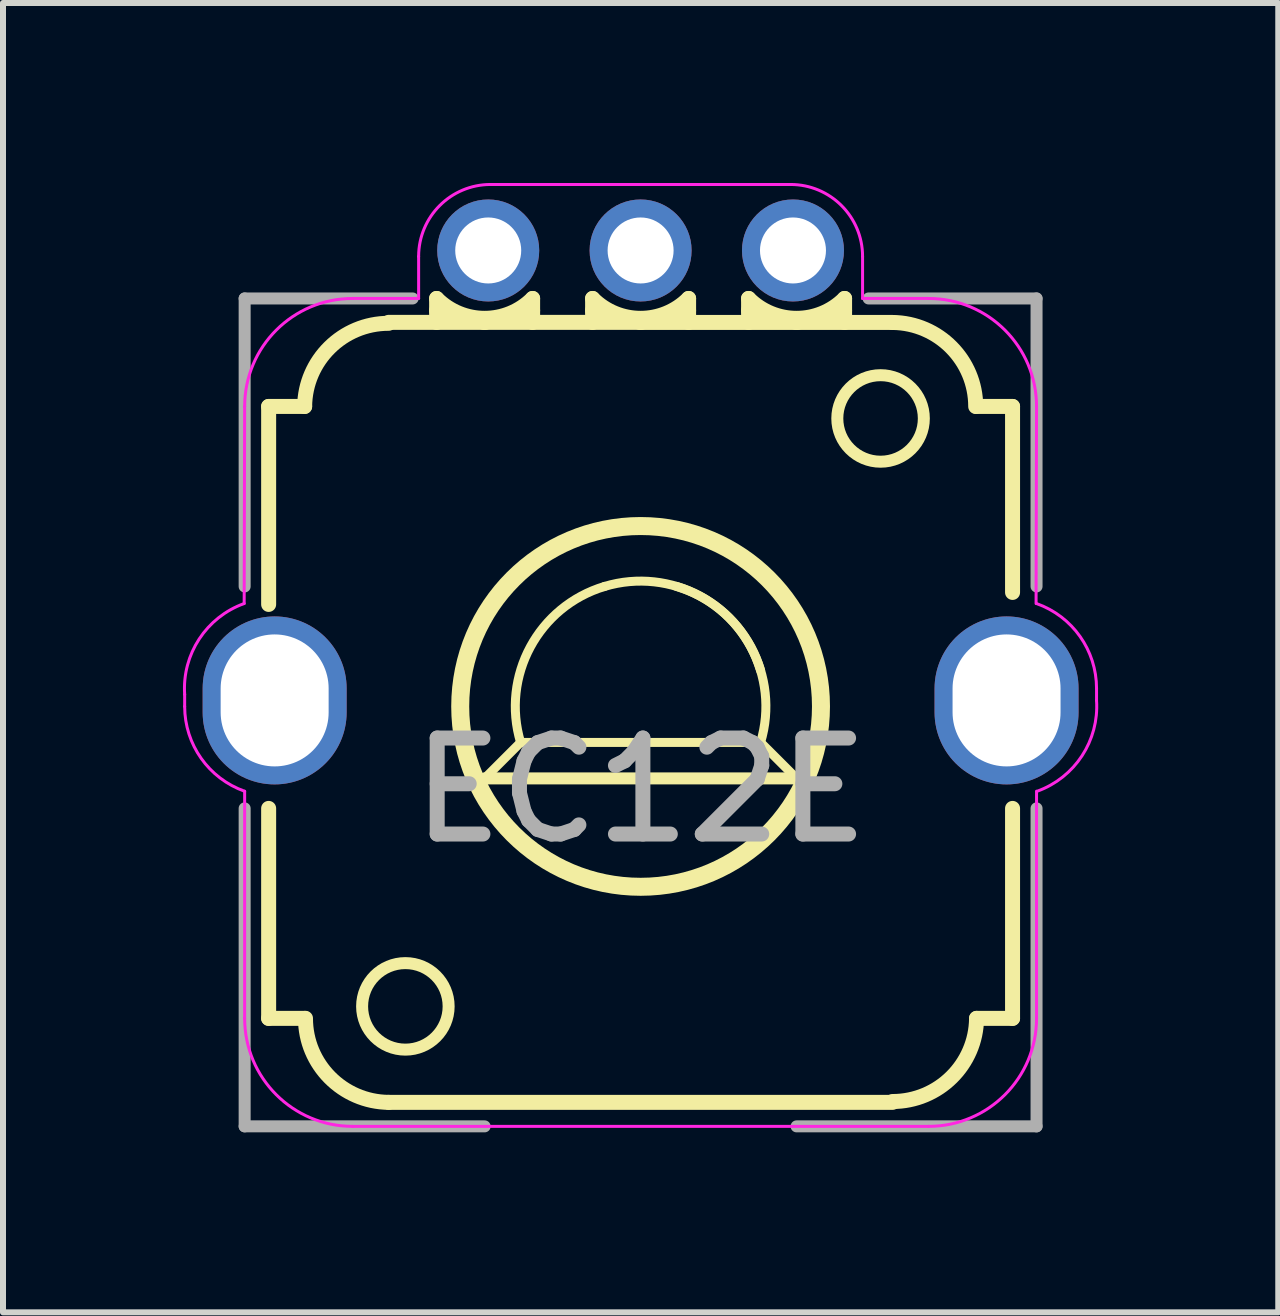
<source format=kicad_pcb>
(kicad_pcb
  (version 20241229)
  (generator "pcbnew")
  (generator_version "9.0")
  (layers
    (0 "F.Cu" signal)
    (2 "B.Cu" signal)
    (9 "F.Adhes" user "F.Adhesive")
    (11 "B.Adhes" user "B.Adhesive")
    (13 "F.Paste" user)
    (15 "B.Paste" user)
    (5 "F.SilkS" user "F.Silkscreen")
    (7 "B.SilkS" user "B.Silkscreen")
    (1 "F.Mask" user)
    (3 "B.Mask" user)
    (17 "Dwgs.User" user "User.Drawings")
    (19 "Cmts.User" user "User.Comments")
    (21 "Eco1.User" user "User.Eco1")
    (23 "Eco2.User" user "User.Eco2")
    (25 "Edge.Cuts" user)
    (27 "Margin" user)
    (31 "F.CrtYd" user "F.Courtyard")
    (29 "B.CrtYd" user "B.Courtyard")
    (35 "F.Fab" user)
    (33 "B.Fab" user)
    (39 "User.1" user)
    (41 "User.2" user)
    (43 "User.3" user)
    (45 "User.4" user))
  (footprint "EC12E"
    (layer "F.Cu")
    (at 7.628 1.125)
    (property "Reference" "EC12E" (at 0 9 0) (layer "F.Fab") (effects (font (size 1.6 1.6) (thickness 0.25))))
    (attr through_hole)
    (fp_line (start -6.2 2.6) (end -6.2 5.9) (stroke (width 0.25) (type solid)) (layer "F.SilkS"))
    (fp_line (start -6.2 2.6) (end -5.6 2.6) (stroke (width 0.25) (type solid)) (layer "F.SilkS"))
    (fp_line (start -6.2 12.8) (end -6.2 9.3) (stroke (width 0.25) (type solid)) (layer "F.SilkS"))
    (fp_line (start -6.2 12.8) (end -5.6 12.8) (stroke (width 0.25) (type solid)) (layer "F.SilkS"))
    (fp_line (start -4.2 14.2) (end 4.2 14.2) (stroke (width 0.25) (type solid)) (layer "F.SilkS"))
    (fp_line (start -4.199 1.198) (end 4.2 1.2) (stroke (width 0.25) (type solid)) (layer "F.SilkS"))
    (fp_line (start -3.4 1) (end -2.6 1.2) (stroke (width 0.25) (type solid)) (layer "F.SilkS"))
    (fp_line (start -3.4 1.2) (end -3.4 0.8) (stroke (width 0.25) (type solid)) (layer "F.SilkS"))
    (fp_line (start -2.6 1.2) (end -1.8 1) (stroke (width 0.25) (type solid)) (layer "F.SilkS"))
    (fp_line (start -2.6 8.8) (end -2 8.2) (stroke (width 0.15) (type solid)) (layer "F.SilkS"))
    (fp_line (start -2.6 8.8) (end 2.6 8.8) (stroke (width 0.2) (type solid)) (layer "F.SilkS"))
    (fp_line (start -1.8 1.2) (end -1.8 0.8) (stroke (width 0.25) (type solid)) (layer "F.SilkS"))
    (fp_line (start -0.8 1) (end 0 1.2) (stroke (width 0.25) (type solid)) (layer "F.SilkS"))
    (fp_line (start -0.8 1.2) (end -0.8 0.8) (stroke (width 0.25) (type solid)) (layer "F.SilkS"))
    (fp_line (start 0 1.2) (end 0.8 1) (stroke (width 0.25) (type solid)) (layer "F.SilkS"))
    (fp_line (start 0.8 1.2) (end 0.8 0.8) (stroke (width 0.25) (type solid)) (layer "F.SilkS"))
    (fp_line (start 1.8 1) (end 2.6 1.2) (stroke (width 0.25) (type solid)) (layer "F.SilkS"))
    (fp_line (start 1.8 1.2) (end 1.8 0.8) (stroke (width 0.25) (type solid)) (layer "F.SilkS"))
    (fp_line (start 2 8.2) (end -2 8.2) (stroke (width 0.15) (type solid)) (layer "F.SilkS"))
    (fp_line (start 2.6 1.2) (end 3.4 1) (stroke (width 0.25) (type solid)) (layer "F.SilkS"))
    (fp_line (start 2.6 8.8) (end 2 8.2) (stroke (width 0.15) (type solid)) (layer "F.SilkS"))
    (fp_line (start 3.4 1.2) (end 3.4 0.8) (stroke (width 0.25) (type solid)) (layer "F.SilkS"))
    (fp_line (start 5.6 2.6) (end 6.2 2.6) (stroke (width 0.25) (type solid)) (layer "F.SilkS"))
    (fp_line (start 5.6 12.8) (end 6.2 12.8) (stroke (width 0.25) (type solid)) (layer "F.SilkS"))
    (fp_line (start 6.2 2.6) (end 6.2 5.7) (stroke (width 0.25) (type solid)) (layer "F.SilkS"))
    (fp_line (start 6.2 12.8) (end 6.2 9.3) (stroke (width 0.25) (type solid)) (layer "F.SilkS"))
    (fp_arc (start -5.6 2.6) (mid -5.184701 1.618941) (end -4.199264 1.214141) (stroke (width 0.25) (type solid)) (layer "F.SilkS"))
    (fp_arc (start -4.2 14.2) (mid -5.181059 13.784701) (end -5.585859 12.799264) (stroke (width 0.25) (type solid)) (layer "F.SilkS"))
    (fp_arc (start -2 8.2) (mid -1.838478 6.610051) (end -0.6 5.6) (stroke (width 0.15) (type solid)) (layer "F.SilkS"))
    (fp_arc (start -1.8 0.8) (mid -2.6 1.131371) (end -3.4 0.8) (stroke (width 0.25) (type solid)) (layer "F.SilkS"))
    (fp_arc (start -0.6 5.6) (mid 0.989949 5.761522) (end 2 7) (stroke (width 0.15) (type solid)) (layer "F.SilkS"))
    (fp_arc (start 0.6 5.6) (mid 1.838478 6.610051) (end 2 8.2) (stroke (width 0.15) (type solid)) (layer "F.SilkS"))
    (fp_arc (start 0.8 0.8) (mid 0 1.131371) (end -0.8 0.8) (stroke (width 0.25) (type solid)) (layer "F.SilkS"))
    (fp_arc (start 3.4 0.8) (mid 2.6 1.131371) (end 1.8 0.8) (stroke (width 0.25) (type solid)) (layer "F.SilkS"))
    (fp_arc (start 4.2 1.2) (mid 5.181059 1.615299) (end 5.585859 2.600736) (stroke (width 0.25) (type solid)) (layer "F.SilkS"))
    (fp_arc (start 5.6 12.8) (mid 5.184701 13.781059) (end 4.199264 14.185859) (stroke (width 0.25) (type solid)) (layer "F.SilkS"))
    (fp_circle (center -3.921 12.6) (end -3.521 13.2) (stroke (width 0.2) (type solid)) (fill no) (layer "F.SilkS"))
    (fp_circle (center 0 7.6) (end 0.2 10.6) (stroke (width 0.3) (type solid)) (fill no) (layer "F.SilkS"))
    (fp_circle (center 4 2.8) (end 4.4 3.4) (stroke (width 0.2) (type solid)) (fill no) (layer "F.SilkS"))
    (fp_line (start -7.6 7.4) (end -7.6 7.6) (stroke (width 0.05) (type solid)) (layer "F.CrtYd"))
    (fp_line (start -6.6 9.014) (end -6.6 12.8) (stroke (width 0.05) (type solid)) (layer "F.CrtYd"))
    (fp_line (start -6.6 2.6) (end -6.608 5.885) (stroke (width 0.05) (type solid)) (layer "F.CrtYd"))
    (fp_line (start -4.8 0.8) (end -3.7 0.8) (stroke (width 0.05) (type solid)) (layer "F.CrtYd"))
    (fp_line (start -4.8 14.6) (end 4.8 14.6) (stroke (width 0.05) (type solid)) (layer "F.CrtYd"))
    (fp_line (start -3.7 0.8) (end -3.7 0.1) (stroke (width 0.05) (type solid)) (layer "F.CrtYd"))
    (fp_line (start -2.5 -1.1) (end 2.5 -1.1) (stroke (width 0.05) (type solid)) (layer "F.CrtYd"))
    (fp_line (start 3.7 0.8) (end 3.7 0.1) (stroke (width 0.05) (type solid)) (layer "F.CrtYd"))
    (fp_line (start 3.7 0.8) (end 4.8 0.8) (stroke (width 0.05) (type solid)) (layer "F.CrtYd"))
    (fp_line (start 6.6 9.014) (end 6.6 12.8) (stroke (width 0.05) (type solid)) (layer "F.CrtYd"))
    (fp_line (start 6.6 2.6) (end 6.592 5.885) (stroke (width 0.05) (type solid)) (layer "F.CrtYd"))
    (fp_line (start 7.6 7.5) (end 7.6 7.3) (stroke (width 0.05) (type solid)) (layer "F.CrtYd"))
    (fp_arc (start -7.6 7.4) (mid -7.357718 6.476505) (end -6.608151 5.885156) (stroke (width 0.05) (type solid)) (layer "F.CrtYd"))
    (fp_arc (start -6.600162 9.014156) (mid -7.324794 8.465955) (end -7.6 7.6) (stroke (width 0.05) (type solid)) (layer "F.CrtYd"))
    (fp_arc (start -6.6 2.6) (mid -6.072792 1.327208) (end -4.8 0.8) (stroke (width 0.05) (type solid)) (layer "F.CrtYd"))
    (fp_arc (start -4.8 14.6) (mid -6.072792 14.072792) (end -6.6 12.8) (stroke (width 0.05) (type solid)) (layer "F.CrtYd"))
    (fp_arc (start -3.7 0.1) (mid -3.348528 -0.748528) (end -2.5 -1.1) (stroke (width 0.05) (type solid)) (layer "F.CrtYd"))
    (fp_arc (start 2.5 -1.1) (mid 3.348528 -0.748528) (end 3.7 0.1) (stroke (width 0.05) (type solid)) (layer "F.CrtYd"))
    (fp_arc (start 4.8 0.8) (mid 6.072792 1.327208) (end 6.6 2.6) (stroke (width 0.05) (type solid)) (layer "F.CrtYd"))
    (fp_arc (start 6.6 12.8) (mid 6.072792 14.072792) (end 4.8 14.6) (stroke (width 0.05) (type solid)) (layer "F.CrtYd"))
    (fp_arc (start 6.600162 5.885844) (mid 7.324794 6.434045) (end 7.6 7.3) (stroke (width 0.05) (type solid)) (layer "F.CrtYd"))
    (fp_arc (start 7.6 7.5) (mid 7.357718 8.423495) (end 6.608151 9.014844) (stroke (width 0.05) (type solid)) (layer "F.CrtYd"))
    (fp_line (start -6.6 0.8) (end -6.6 5.6) (stroke (width 0.2) (type solid)) (layer "F.Fab"))
    (fp_line (start -6.6 9.3) (end -6.6 14.6) (stroke (width 0.2) (type solid)) (layer "F.Fab"))
    (fp_line (start -3.8 0.8) (end -6.6 0.8) (stroke (width 0.2) (type solid)) (layer "F.Fab"))
    (fp_line (start -2.6 14.6) (end -6.6 14.6) (stroke (width 0.2) (type solid)) (layer "F.Fab"))
    (fp_line (start 6.6 0.8) (end 3.8 0.8) (stroke (width 0.2) (type solid)) (layer "F.Fab"))
    (fp_line (start 6.6 0.8) (end 6.6 5.6) (stroke (width 0.2) (type solid)) (layer "F.Fab"))
    (fp_line (start 6.6 9.3) (end 6.6 14.6) (stroke (width 0.2) (type solid)) (layer "F.Fab"))
    (fp_line (start 6.6 14.6) (end 2.6 14.6) (stroke (width 0.2) (type solid)) (layer "F.Fab"))
    (pad "1" thru_hole circle (at 2.54 0) (size 1.7 1.7) (drill 1.1) (layers "*.Cu" "*.Mask"))
    (pad "2" thru_hole circle (at -2.54 0) (size 1.7 1.7) (drill 1.1) (layers "*.Cu" "*.Mask"))
    (pad "3" thru_hole circle (at 0 0) (size 1.7 1.7) (drill 1.1) (layers "*.Cu" "*.Mask"))
    (pad "4" thru_hole oval (at -6.1 7.5) (size 2.4 2.8) (drill oval 1.8 2.2) (layers "*.Cu" "*.Mask"))
    (pad "4" thru_hole oval (at 6.1 7.5) (size 2.4 2.8) (drill oval 1.8 2.2) (layers "*.Cu" "*.Mask")))
  (gr_rect
    (start -3 -3)
    (end 18.257 18.825)
    (stroke (width 0.1) (type default))
    (fill no)
    (layer "Edge.Cuts")))
</source>
